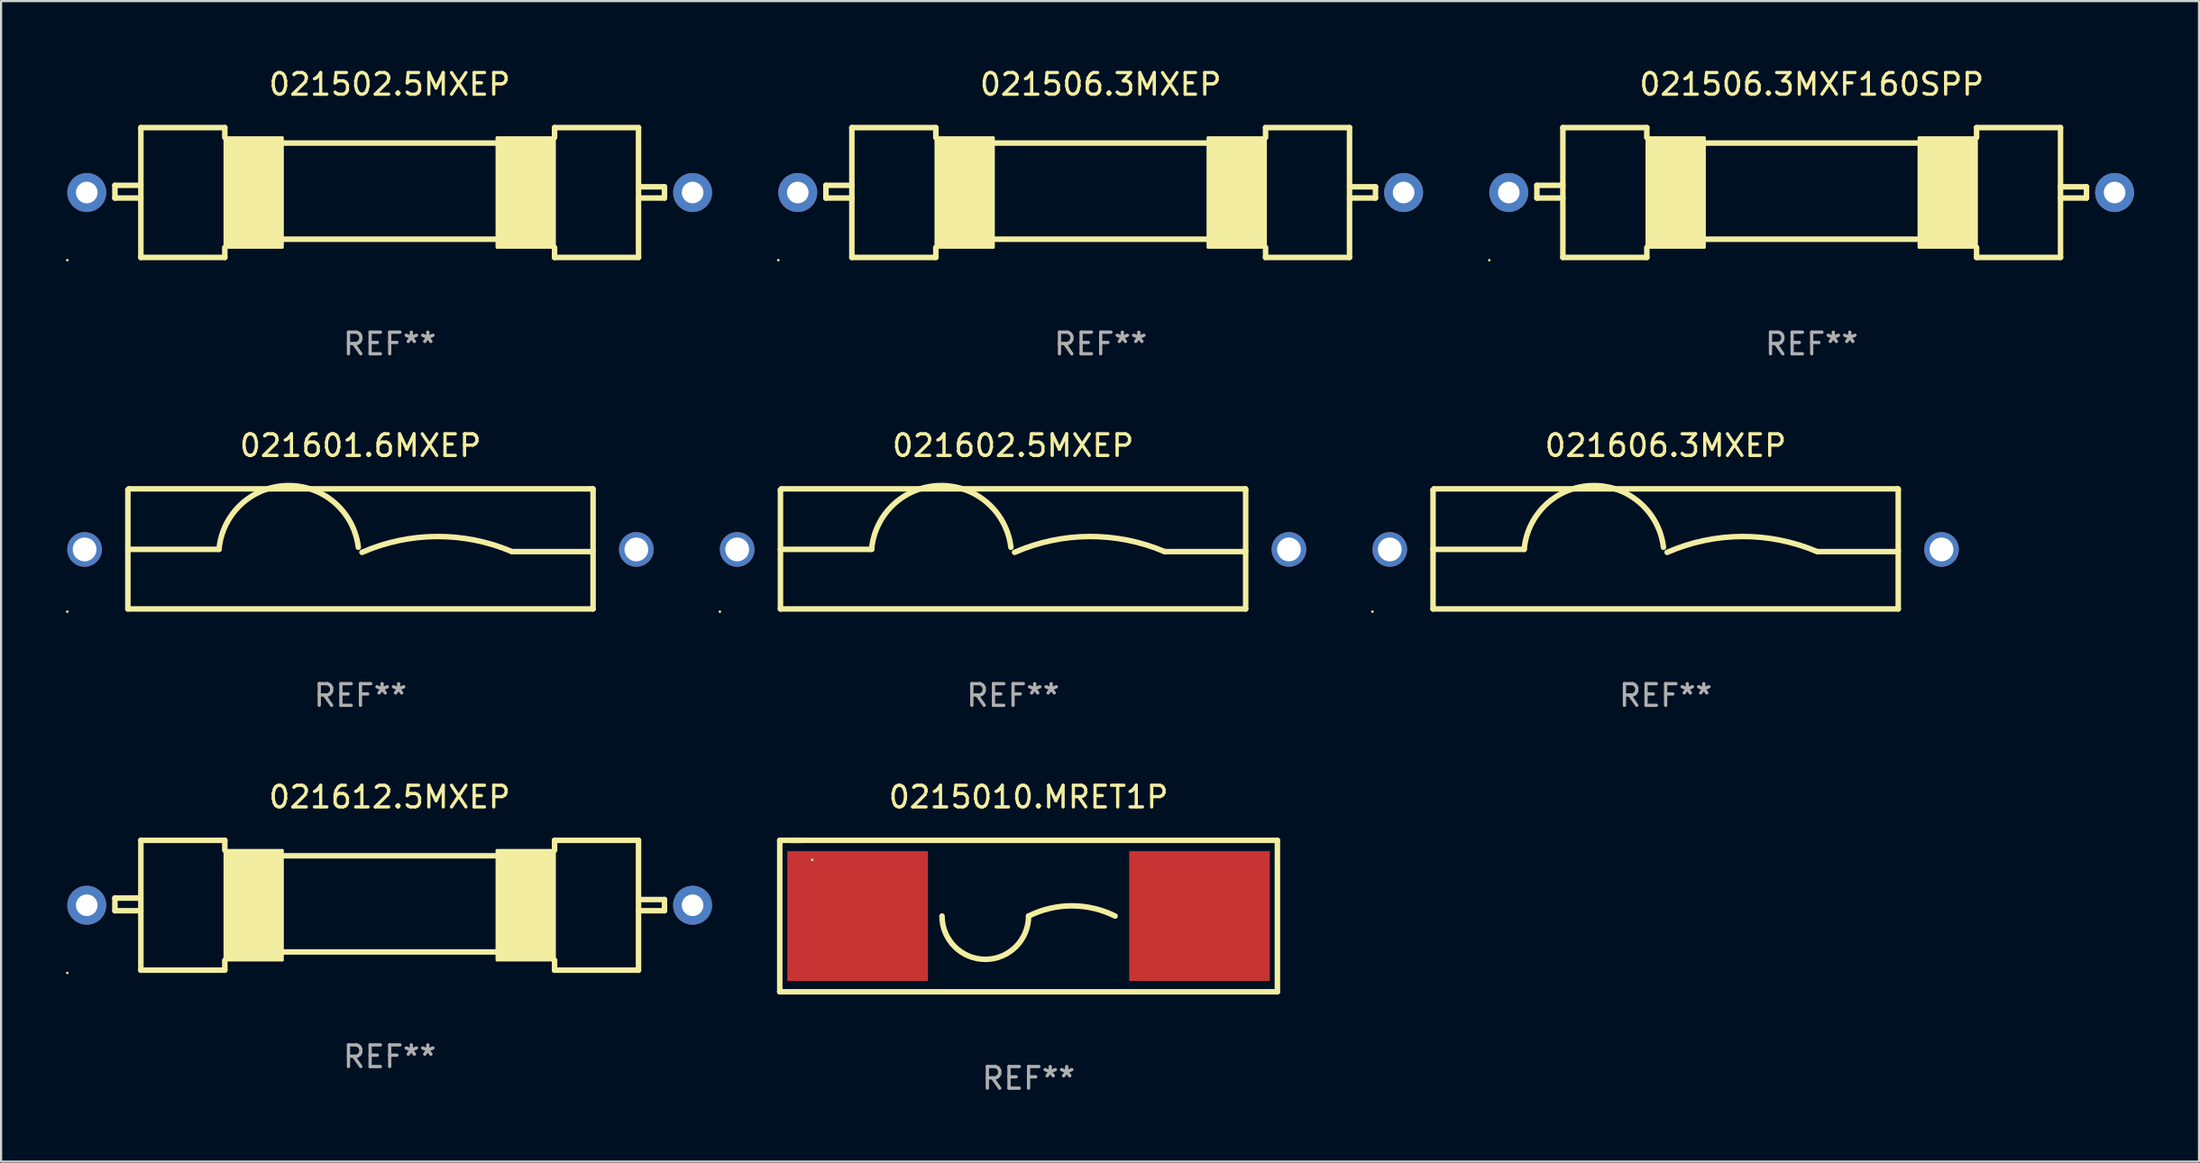
<source format=kicad_pcb>
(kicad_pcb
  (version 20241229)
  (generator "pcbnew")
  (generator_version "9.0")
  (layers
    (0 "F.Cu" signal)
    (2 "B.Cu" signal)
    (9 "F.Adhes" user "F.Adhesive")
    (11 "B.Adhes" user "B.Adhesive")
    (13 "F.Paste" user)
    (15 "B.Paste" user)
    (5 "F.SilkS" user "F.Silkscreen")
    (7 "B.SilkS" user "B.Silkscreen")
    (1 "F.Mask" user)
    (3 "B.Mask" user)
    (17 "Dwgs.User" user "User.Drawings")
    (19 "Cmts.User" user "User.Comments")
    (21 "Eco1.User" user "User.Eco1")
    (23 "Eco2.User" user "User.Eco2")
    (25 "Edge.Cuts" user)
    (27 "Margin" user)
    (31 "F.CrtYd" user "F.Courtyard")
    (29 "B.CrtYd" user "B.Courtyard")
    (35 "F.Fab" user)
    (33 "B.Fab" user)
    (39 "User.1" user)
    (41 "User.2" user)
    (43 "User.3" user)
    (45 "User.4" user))
  (footprint "021502.5MXEP"
    (layer "F.Cu")
    (at 14.96 5.848)
    (property "Reference" "021502.5MXEP" (at 0 -5 0) (layer "F.SilkS") (effects (font (size 1 1) (thickness 0.15))))
    (attr through_hole)
    (fp_line (start -12.7 -0.332) (end -12.7 0.254) (stroke (width 0.254) (type solid)) (layer "F.SilkS"))
    (fp_line (start -12.7 0.254) (end -11.5 0.254) (stroke (width 0.254) (type solid)) (layer "F.SilkS"))
    (fp_line (start -11.5 -3) (end -11.5 3) (stroke (width 0.254) (type solid)) (layer "F.SilkS"))
    (fp_line (start -11.5 -3) (end -7.62 -3) (stroke (width 0.254) (type solid)) (layer "F.SilkS"))
    (fp_line (start -11.5 -0.332) (end -12.7 -0.332) (stroke (width 0.254) (type solid)) (layer "F.SilkS"))
    (fp_line (start -7.62 -2.54) (end -7.62 -3) (stroke (width 0.254) (type solid)) (layer "F.SilkS"))
    (fp_line (start -7.62 2.54) (end -7.62 3) (stroke (width 0.254) (type solid)) (layer "F.SilkS"))
    (fp_line (start -7.62 3) (end -11.5 3) (stroke (width 0.254) (type solid)) (layer "F.SilkS"))
    (fp_line (start -4.953 -2.286) (end 4.953 -2.286) (stroke (width 0.254) (type solid)) (layer "F.SilkS"))
    (fp_line (start -4.953 2.159) (end 4.953 2.159) (stroke (width 0.254) (type solid)) (layer "F.SilkS"))
    (fp_line (start 7.62 -3) (end 11.5 -3) (stroke (width 0.254) (type solid)) (layer "F.SilkS"))
    (fp_line (start 7.62 -2.54) (end 7.62 -3) (stroke (width 0.254) (type solid)) (layer "F.SilkS"))
    (fp_line (start 7.62 2.54) (end 7.62 3) (stroke (width 0.254) (type solid)) (layer "F.SilkS"))
    (fp_line (start 7.62 3) (end 11.5 3) (stroke (width 0.254) (type solid)) (layer "F.SilkS"))
    (fp_line (start 11.5 -3) (end 11.5 3) (stroke (width 0.254) (type solid)) (layer "F.SilkS"))
    (fp_line (start 11.5 -0.264) (end 12.7 -0.264) (stroke (width 0.254) (type solid)) (layer "F.SilkS"))
    (fp_line (start 12.7 -0.264) (end 12.7 0.254) (stroke (width 0.254) (type solid)) (layer "F.SilkS"))
    (fp_line (start 12.7 0.254) (end 11.5 0.254) (stroke (width 0.254) (type solid)) (layer "F.SilkS"))
    (fp_circle (center -14.9 3.127) (end -14.87 3.127) (stroke (width 0.06) (type solid)) (fill no) (layer "F.SilkS"))
    (fp_poly (pts (xy -7.62 -2.54) (xy -4.953 -2.54) (xy -4.953 2.54) (xy -7.62 2.54)) (stroke (width 0.12) (type solid)) (fill yes) (layer "F.SilkS"))
    (fp_poly (pts (xy 4.953 -2.54) (xy 7.62 -2.54) (xy 7.62 2.54) (xy 4.953 2.54)) (stroke (width 0.12) (type solid)) (fill yes) (layer "F.SilkS"))
    (fp_text user "REF**" (at 0 7 0) (layer "F.Fab") (effects (font (size 1 1) (thickness 0.15))))
    (pad "1" thru_hole circle (at -14 0) (size 1.8 1.8) (drill 1) (layers "*.Cu" "*.Mask"))
    (pad "2" thru_hole circle (at 14 0) (size 1.8 1.8) (drill 1) (layers "*.Cu" "*.Mask")))
  (footprint "021506.3MXEP"
    (layer "F.Cu")
    (at 47.82 5.848)
    (property "Reference" "021506.3MXEP" (at 0 -5 0) (layer "F.SilkS") (effects (font (size 1 1) (thickness 0.15))))
    (attr through_hole)
    (fp_line (start -12.7 -0.332) (end -12.7 0.254) (stroke (width 0.254) (type solid)) (layer "F.SilkS"))
    (fp_line (start -12.7 0.254) (end -11.5 0.254) (stroke (width 0.254) (type solid)) (layer "F.SilkS"))
    (fp_line (start -11.5 -3) (end -11.5 3) (stroke (width 0.254) (type solid)) (layer "F.SilkS"))
    (fp_line (start -11.5 -3) (end -7.62 -3) (stroke (width 0.254) (type solid)) (layer "F.SilkS"))
    (fp_line (start -11.5 -0.332) (end -12.7 -0.332) (stroke (width 0.254) (type solid)) (layer "F.SilkS"))
    (fp_line (start -7.62 -2.54) (end -7.62 -3) (stroke (width 0.254) (type solid)) (layer "F.SilkS"))
    (fp_line (start -7.62 2.54) (end -7.62 3) (stroke (width 0.254) (type solid)) (layer "F.SilkS"))
    (fp_line (start -7.62 3) (end -11.5 3) (stroke (width 0.254) (type solid)) (layer "F.SilkS"))
    (fp_line (start -4.953 -2.286) (end 4.953 -2.286) (stroke (width 0.254) (type solid)) (layer "F.SilkS"))
    (fp_line (start -4.953 2.159) (end 4.953 2.159) (stroke (width 0.254) (type solid)) (layer "F.SilkS"))
    (fp_line (start 7.62 -3) (end 11.5 -3) (stroke (width 0.254) (type solid)) (layer "F.SilkS"))
    (fp_line (start 7.62 -2.54) (end 7.62 -3) (stroke (width 0.254) (type solid)) (layer "F.SilkS"))
    (fp_line (start 7.62 2.54) (end 7.62 3) (stroke (width 0.254) (type solid)) (layer "F.SilkS"))
    (fp_line (start 7.62 3) (end 11.5 3) (stroke (width 0.254) (type solid)) (layer "F.SilkS"))
    (fp_line (start 11.5 -3) (end 11.5 3) (stroke (width 0.254) (type solid)) (layer "F.SilkS"))
    (fp_line (start 11.5 -0.264) (end 12.7 -0.264) (stroke (width 0.254) (type solid)) (layer "F.SilkS"))
    (fp_line (start 12.7 -0.264) (end 12.7 0.254) (stroke (width 0.254) (type solid)) (layer "F.SilkS"))
    (fp_line (start 12.7 0.254) (end 11.5 0.254) (stroke (width 0.254) (type solid)) (layer "F.SilkS"))
    (fp_circle (center -14.9 3.127) (end -14.87 3.127) (stroke (width 0.06) (type solid)) (fill no) (layer "F.SilkS"))
    (fp_poly (pts (xy -7.62 -2.54) (xy -4.953 -2.54) (xy -4.953 2.54) (xy -7.62 2.54)) (stroke (width 0.12) (type solid)) (fill yes) (layer "F.SilkS"))
    (fp_poly (pts (xy 4.953 -2.54) (xy 7.62 -2.54) (xy 7.62 2.54) (xy 4.953 2.54)) (stroke (width 0.12) (type solid)) (fill yes) (layer "F.SilkS"))
    (fp_text user "REF**" (at 0 7 0) (layer "F.Fab") (effects (font (size 1 1) (thickness 0.15))))
    (pad "1" thru_hole circle (at -14 0) (size 1.8 1.8) (drill 1) (layers "*.Cu" "*.Mask"))
    (pad "2" thru_hole circle (at 14 0) (size 1.8 1.8) (drill 1) (layers "*.Cu" "*.Mask")))
  (footprint "021506.3MXF160SPP"
    (layer "F.Cu")
    (at 80.68 5.848)
    (property "Reference" "021506.3MXF160SPP" (at 0 -5 0) (layer "F.SilkS") (effects (font (size 1 1) (thickness 0.15))))
    (attr through_hole)
    (fp_line (start -12.7 -0.332) (end -12.7 0.254) (stroke (width 0.254) (type solid)) (layer "F.SilkS"))
    (fp_line (start -12.7 0.254) (end -11.5 0.254) (stroke (width 0.254) (type solid)) (layer "F.SilkS"))
    (fp_line (start -11.5 -3) (end -11.5 3) (stroke (width 0.254) (type solid)) (layer "F.SilkS"))
    (fp_line (start -11.5 -3) (end -7.62 -3) (stroke (width 0.254) (type solid)) (layer "F.SilkS"))
    (fp_line (start -11.5 -0.332) (end -12.7 -0.332) (stroke (width 0.254) (type solid)) (layer "F.SilkS"))
    (fp_line (start -7.62 -2.54) (end -7.62 -3) (stroke (width 0.254) (type solid)) (layer "F.SilkS"))
    (fp_line (start -7.62 2.54) (end -7.62 3) (stroke (width 0.254) (type solid)) (layer "F.SilkS"))
    (fp_line (start -7.62 3) (end -11.5 3) (stroke (width 0.254) (type solid)) (layer "F.SilkS"))
    (fp_line (start -4.953 -2.286) (end 4.953 -2.286) (stroke (width 0.254) (type solid)) (layer "F.SilkS"))
    (fp_line (start -4.953 2.159) (end 4.953 2.159) (stroke (width 0.254) (type solid)) (layer "F.SilkS"))
    (fp_line (start 7.62 -3) (end 11.5 -3) (stroke (width 0.254) (type solid)) (layer "F.SilkS"))
    (fp_line (start 7.62 -2.54) (end 7.62 -3) (stroke (width 0.254) (type solid)) (layer "F.SilkS"))
    (fp_line (start 7.62 2.54) (end 7.62 3) (stroke (width 0.254) (type solid)) (layer "F.SilkS"))
    (fp_line (start 7.62 3) (end 11.5 3) (stroke (width 0.254) (type solid)) (layer "F.SilkS"))
    (fp_line (start 11.5 -3) (end 11.5 3) (stroke (width 0.254) (type solid)) (layer "F.SilkS"))
    (fp_line (start 11.5 -0.264) (end 12.7 -0.264) (stroke (width 0.254) (type solid)) (layer "F.SilkS"))
    (fp_line (start 12.7 -0.264) (end 12.7 0.254) (stroke (width 0.254) (type solid)) (layer "F.SilkS"))
    (fp_line (start 12.7 0.254) (end 11.5 0.254) (stroke (width 0.254) (type solid)) (layer "F.SilkS"))
    (fp_circle (center -14.9 3.127) (end -14.87 3.127) (stroke (width 0.06) (type solid)) (fill no) (layer "F.SilkS"))
    (fp_poly (pts (xy -7.62 -2.54) (xy -4.953 -2.54) (xy -4.953 2.54) (xy -7.62 2.54)) (stroke (width 0.12) (type solid)) (fill yes) (layer "F.SilkS"))
    (fp_poly (pts (xy 4.953 -2.54) (xy 7.62 -2.54) (xy 7.62 2.54) (xy 4.953 2.54)) (stroke (width 0.12) (type solid)) (fill yes) (layer "F.SilkS"))
    (fp_text user "REF**" (at 0 7 0) (layer "F.Fab") (effects (font (size 1 1) (thickness 0.15))))
    (pad "1" thru_hole circle (at -14 0) (size 1.8 1.8) (drill 1) (layers "*.Cu" "*.Mask"))
    (pad "2" thru_hole circle (at 14 0) (size 1.8 1.8) (drill 1) (layers "*.Cu" "*.Mask")))
  (footprint "0215010.MRET1P"
    (layer "F.Cu")
    (at 44.487 39.291)
    (property "Reference" "0215010.MRET1P" (at 0 -5.5 0) (layer "F.SilkS") (effects (font (size 1 1) (thickness 0.15))))
    (attr through_hole)
    (fp_line (start -11.5 -3.5) (end -10.5 -3.5) (stroke (width 0.254) (type solid)) (layer "F.SilkS"))
    (fp_line (start -11.5 3.5) (end -11.5 -3.5) (stroke (width 0.254) (type solid)) (layer "F.SilkS"))
    (fp_line (start -11 -3.5) (end 11.5 -3.5) (stroke (width 0.254) (type solid)) (layer "F.SilkS"))
    (fp_line (start 11.5 -3.5) (end 11.5 3.5) (stroke (width 0.254) (type solid)) (layer "F.SilkS"))
    (fp_line (start 11.5 3.5) (end -11.5 3.5) (stroke (width 0.254) (type solid)) (layer "F.SilkS"))
    (fp_arc (start 0 0) (mid -2 2) (end -4 0) (stroke (width 0.254001) (type solid)) (layer "F.SilkS"))
    (fp_arc (start 0 0) (mid 2 -0.472136) (end 4 0) (stroke (width 0.254001) (type solid)) (layer "F.SilkS"))
    (fp_circle (center -10 -2.6) (end -9.97 -2.6) (stroke (width 0.06) (type solid)) (fill no) (layer "F.SilkS"))
    (fp_text user "REF**" (at 0 7.5 0) (layer "F.Fab") (effects (font (size 1 1) (thickness 0.15))))
    (pad "1" smd rect (at -7.9 0) (size 6.5 6) (layers "F.Cu" "F.Mask" "F.Paste"))
    (pad "2" smd rect (at 7.9 0) (size 6.5 6) (layers "F.Cu" "F.Mask" "F.Paste")))
  (footprint "021612.5MXEP"
    (layer "F.Cu")
    (at 14.96 38.791)
    (property "Reference" "021612.5MXEP" (at 0 -5 0) (layer "F.SilkS") (effects (font (size 1 1) (thickness 0.15))))
    (attr through_hole)
    (fp_line (start -12.7 -0.332) (end -12.7 0.254) (stroke (width 0.254) (type solid)) (layer "F.SilkS"))
    (fp_line (start -12.7 0.254) (end -11.5 0.254) (stroke (width 0.254) (type solid)) (layer "F.SilkS"))
    (fp_line (start -11.5 -3) (end -11.5 3) (stroke (width 0.254) (type solid)) (layer "F.SilkS"))
    (fp_line (start -11.5 -3) (end -7.62 -3) (stroke (width 0.254) (type solid)) (layer "F.SilkS"))
    (fp_line (start -11.5 -0.332) (end -12.7 -0.332) (stroke (width 0.254) (type solid)) (layer "F.SilkS"))
    (fp_line (start -7.62 -2.54) (end -7.62 -3) (stroke (width 0.254) (type solid)) (layer "F.SilkS"))
    (fp_line (start -7.62 2.54) (end -7.62 3) (stroke (width 0.254) (type solid)) (layer "F.SilkS"))
    (fp_line (start -7.62 3) (end -11.5 3) (stroke (width 0.254) (type solid)) (layer "F.SilkS"))
    (fp_line (start -4.953 -2.286) (end 4.953 -2.286) (stroke (width 0.254) (type solid)) (layer "F.SilkS"))
    (fp_line (start -4.953 2.159) (end 4.953 2.159) (stroke (width 0.254) (type solid)) (layer "F.SilkS"))
    (fp_line (start 7.62 -3) (end 11.5 -3) (stroke (width 0.254) (type solid)) (layer "F.SilkS"))
    (fp_line (start 7.62 -2.54) (end 7.62 -3) (stroke (width 0.254) (type solid)) (layer "F.SilkS"))
    (fp_line (start 7.62 2.54) (end 7.62 3) (stroke (width 0.254) (type solid)) (layer "F.SilkS"))
    (fp_line (start 7.62 3) (end 11.5 3) (stroke (width 0.254) (type solid)) (layer "F.SilkS"))
    (fp_line (start 11.5 -3) (end 11.5 3) (stroke (width 0.254) (type solid)) (layer "F.SilkS"))
    (fp_line (start 11.5 -0.264) (end 12.7 -0.264) (stroke (width 0.254) (type solid)) (layer "F.SilkS"))
    (fp_line (start 12.7 -0.264) (end 12.7 0.254) (stroke (width 0.254) (type solid)) (layer "F.SilkS"))
    (fp_line (start 12.7 0.254) (end 11.5 0.254) (stroke (width 0.254) (type solid)) (layer "F.SilkS"))
    (fp_circle (center -14.9 3.127) (end -14.87 3.127) (stroke (width 0.06) (type solid)) (fill no) (layer "F.SilkS"))
    (fp_poly (pts (xy -7.62 -2.54) (xy -4.953 -2.54) (xy -4.953 2.54) (xy -7.62 2.54)) (stroke (width 0.12) (type solid)) (fill yes) (layer "F.SilkS"))
    (fp_poly (pts (xy 4.953 -2.54) (xy 7.62 -2.54) (xy 7.62 2.54) (xy 4.953 2.54)) (stroke (width 0.12) (type solid)) (fill yes) (layer "F.SilkS"))
    (fp_text user "REF**" (at 0 7 0) (layer "F.Fab") (effects (font (size 1 1) (thickness 0.15))))
    (pad "1" thru_hole circle (at -14 0) (size 1.8 1.8) (drill 1) (layers "*.Cu" "*.Mask"))
    (pad "2" thru_hole circle (at 14 0) (size 1.8 1.8) (drill 1) (layers "*.Cu" "*.Mask")))
  (footprint "021606.3MXEP"
    (layer "F.Cu")
    (at 73.93 22.32)
    (property "Reference" "021606.3MXEP" (at 0 -4.775 0) (layer "F.SilkS") (effects (font (size 1 1) (thickness 0.15))))
    (attr through_hole)
    (fp_line (start -10.75 -2.725) (end -10.7 -2.775) (stroke (width 0.254) (type solid)) (layer "F.SilkS"))
    (fp_line (start -10.75 2.775) (end -10.75 -2.725) (stroke (width 0.254) (type solid)) (layer "F.SilkS"))
    (fp_line (start -10.75 2.775) (end 10.75 2.775) (stroke (width 0.254) (type solid)) (layer "F.SilkS"))
    (fp_line (start -10.7 -2.775) (end 10.7 -2.775) (stroke (width 0.254) (type solid)) (layer "F.SilkS"))
    (fp_line (start -6.538 0.021) (end -10.75 0.021) (stroke (width 0.254) (type solid)) (layer "F.SilkS"))
    (fp_line (start 7 0.125) (end 10.75 0.125) (stroke (width 0.254) (type solid)) (layer "F.SilkS"))
    (fp_line (start 10.7 -2.775) (end 10.75 -2.725) (stroke (width 0.254) (type solid)) (layer "F.SilkS"))
    (fp_line (start 10.75 2.775) (end 10.75 -2.775) (stroke (width 0.254) (type solid)) (layer "F.SilkS"))
    (fp_arc (start -6.538277 0.020573) (mid -3.362163 -2.925392) (end -0.1 -0.075006) (stroke (width 0.254001) (type solid)) (layer "F.SilkS"))
    (fp_arc (start 0.069571 0.160528) (mid 3.531132 -0.572293) (end 7.000025 0.124994) (stroke (width 0.254001) (type solid)) (layer "F.SilkS"))
    (fp_circle (center -13.55 2.902) (end -13.52 2.902) (stroke (width 0.06) (type solid)) (fill no) (layer "F.SilkS"))
    (fp_text user "REF**" (at 0 6.775 0) (layer "F.Fab") (effects (font (size 1 1) (thickness 0.15))))
    (pad "1" thru_hole circle (at -12.75 0.025) (size 1.6 1.6) (drill 1.1) (layers "*.Cu" "*.Mask"))
    (pad "2" thru_hole circle (at 12.75 0.025) (size 1.6 1.6) (drill 1.1) (layers "*.Cu" "*.Mask")))
  (footprint "021601.6MXEP"
    (layer "F.Cu")
    (at 13.61 22.32)
    (property "Reference" "021601.6MXEP" (at 0 -4.775 0) (layer "F.SilkS") (effects (font (size 1 1) (thickness 0.15))))
    (attr through_hole)
    (fp_line (start -10.75 -2.725) (end -10.7 -2.775) (stroke (width 0.254) (type solid)) (layer "F.SilkS"))
    (fp_line (start -10.75 2.775) (end -10.75 -2.725) (stroke (width 0.254) (type solid)) (layer "F.SilkS"))
    (fp_line (start -10.75 2.775) (end 10.75 2.775) (stroke (width 0.254) (type solid)) (layer "F.SilkS"))
    (fp_line (start -10.7 -2.775) (end 10.7 -2.775) (stroke (width 0.254) (type solid)) (layer "F.SilkS"))
    (fp_line (start -6.538 0.021) (end -10.75 0.021) (stroke (width 0.254) (type solid)) (layer "F.SilkS"))
    (fp_line (start 7 0.125) (end 10.75 0.125) (stroke (width 0.254) (type solid)) (layer "F.SilkS"))
    (fp_line (start 10.7 -2.775) (end 10.75 -2.725) (stroke (width 0.254) (type solid)) (layer "F.SilkS"))
    (fp_line (start 10.75 2.775) (end 10.75 -2.775) (stroke (width 0.254) (type solid)) (layer "F.SilkS"))
    (fp_arc (start -6.538277 0.020573) (mid -3.362163 -2.925392) (end -0.1 -0.075006) (stroke (width 0.254001) (type solid)) (layer "F.SilkS"))
    (fp_arc (start 0.069571 0.160528) (mid 3.531132 -0.572293) (end 7.000025 0.124994) (stroke (width 0.254001) (type solid)) (layer "F.SilkS"))
    (fp_circle (center -13.55 2.902) (end -13.52 2.902) (stroke (width 0.06) (type solid)) (fill no) (layer "F.SilkS"))
    (fp_text user "REF**" (at 0 6.775 0) (layer "F.Fab") (effects (font (size 1 1) (thickness 0.15))))
    (pad "1" thru_hole circle (at -12.75 0.025) (size 1.6 1.6) (drill 1.1) (layers "*.Cu" "*.Mask"))
    (pad "2" thru_hole circle (at 12.75 0.025) (size 1.6 1.6) (drill 1.1) (layers "*.Cu" "*.Mask")))
  (footprint "021602.5MXEP"
    (layer "F.Cu")
    (at 43.77 22.32)
    (property "Reference" "021602.5MXEP" (at 0 -4.775 0) (layer "F.SilkS") (effects (font (size 1 1) (thickness 0.15))))
    (attr through_hole)
    (fp_line (start -10.75 -2.725) (end -10.7 -2.775) (stroke (width 0.254) (type solid)) (layer "F.SilkS"))
    (fp_line (start -10.75 2.775) (end -10.75 -2.725) (stroke (width 0.254) (type solid)) (layer "F.SilkS"))
    (fp_line (start -10.75 2.775) (end 10.75 2.775) (stroke (width 0.254) (type solid)) (layer "F.SilkS"))
    (fp_line (start -10.7 -2.775) (end 10.7 -2.775) (stroke (width 0.254) (type solid)) (layer "F.SilkS"))
    (fp_line (start -6.538 0.021) (end -10.75 0.021) (stroke (width 0.254) (type solid)) (layer "F.SilkS"))
    (fp_line (start 7 0.125) (end 10.75 0.125) (stroke (width 0.254) (type solid)) (layer "F.SilkS"))
    (fp_line (start 10.7 -2.775) (end 10.75 -2.725) (stroke (width 0.254) (type solid)) (layer "F.SilkS"))
    (fp_line (start 10.75 2.775) (end 10.75 -2.775) (stroke (width 0.254) (type solid)) (layer "F.SilkS"))
    (fp_arc (start -6.538277 0.020573) (mid -3.362163 -2.925392) (end -0.1 -0.075006) (stroke (width 0.254001) (type solid)) (layer "F.SilkS"))
    (fp_arc (start 0.069571 0.160528) (mid 3.531132 -0.572293) (end 7.000025 0.124994) (stroke (width 0.254001) (type solid)) (layer "F.SilkS"))
    (fp_circle (center -13.55 2.902) (end -13.52 2.902) (stroke (width 0.06) (type solid)) (fill no) (layer "F.SilkS"))
    (fp_text user "REF**" (at 0 6.775 0) (layer "F.Fab") (effects (font (size 1 1) (thickness 0.15))))
    (pad "1" thru_hole circle (at -12.75 0.025) (size 1.6 1.6) (drill 1.1) (layers "*.Cu" "*.Mask"))
    (pad "2" thru_hole circle (at 12.75 0.025) (size 1.6 1.6) (drill 1.1) (layers "*.Cu" "*.Mask")))
  (gr_rect
    (start -3 -3)
    (end 98.58 50.64)
    (stroke (width 0.1) (type default))
    (fill no)
    (layer "Edge.Cuts")))
</source>
